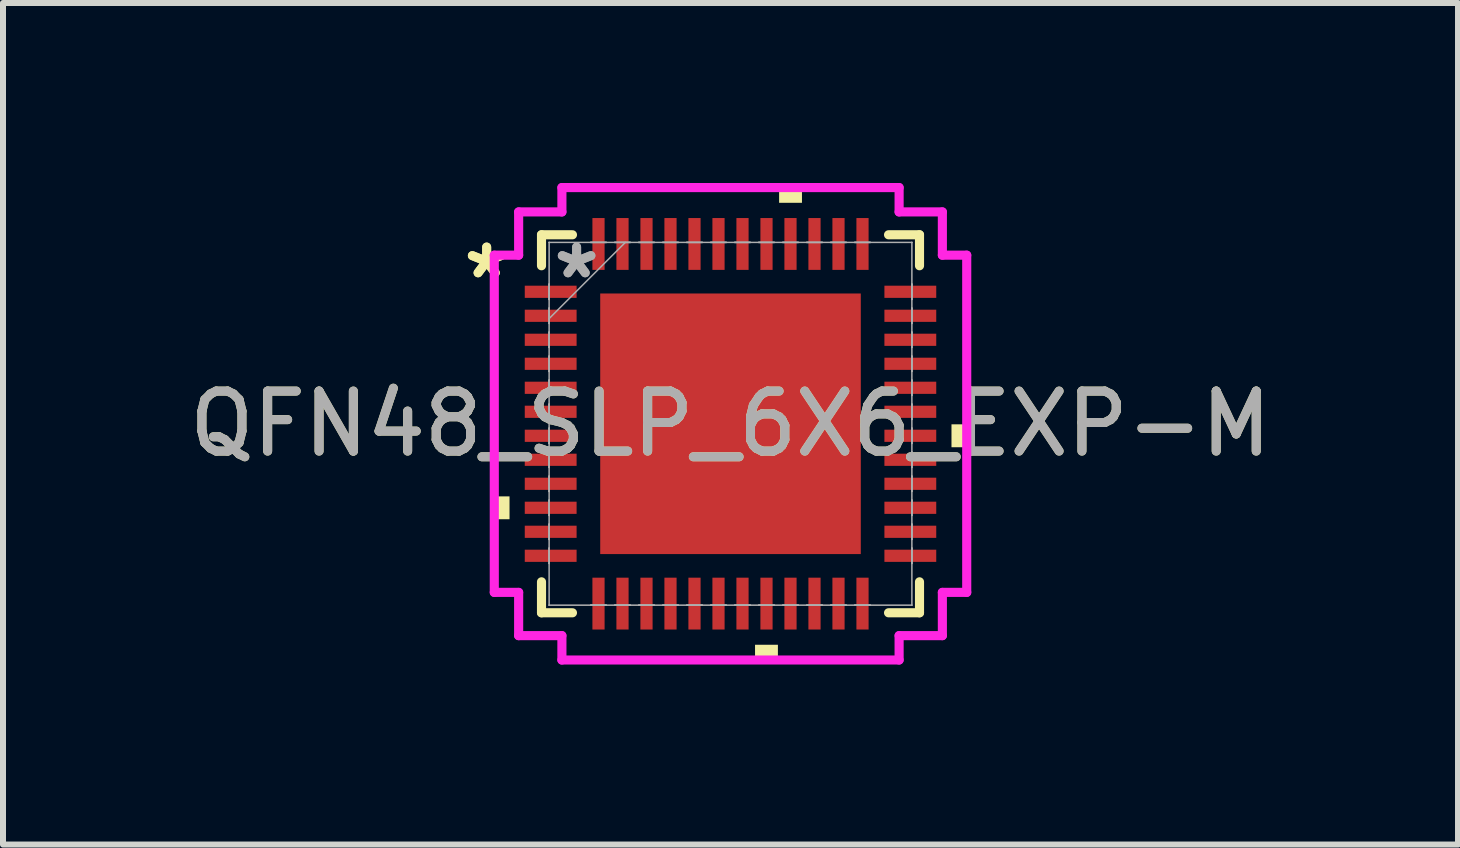
<source format=kicad_pcb>
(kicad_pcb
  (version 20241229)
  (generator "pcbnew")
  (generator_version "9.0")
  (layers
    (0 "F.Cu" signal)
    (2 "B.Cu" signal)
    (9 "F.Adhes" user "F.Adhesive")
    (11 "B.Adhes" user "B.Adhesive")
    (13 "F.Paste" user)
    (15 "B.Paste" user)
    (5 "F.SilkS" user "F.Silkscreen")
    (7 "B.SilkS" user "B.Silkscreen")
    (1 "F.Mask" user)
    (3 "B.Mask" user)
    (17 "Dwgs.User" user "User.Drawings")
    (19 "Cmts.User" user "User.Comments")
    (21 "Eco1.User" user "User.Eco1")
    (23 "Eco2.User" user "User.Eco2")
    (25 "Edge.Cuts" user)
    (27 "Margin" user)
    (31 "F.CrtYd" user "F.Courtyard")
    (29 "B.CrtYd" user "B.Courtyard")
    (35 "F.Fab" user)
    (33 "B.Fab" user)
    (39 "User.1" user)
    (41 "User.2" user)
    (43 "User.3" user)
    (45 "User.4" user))
  (footprint "QFN48_SLP_6X6_EXP-M"
    (layer "F.Cu")
    (at 9.125 4.013)
    (property "Reference" "QFN48_SLP_6X6_EXP-M" (at 0 0 0) (unlocked yes) (layer "F.SilkS") (effects (font (size 1 1) (thickness 0.15))))
    (attr smd)
    (fp_line (start -3.15 -3.15) (end -3.15 -2.634) (stroke (width 0.152) (type solid)) (layer "F.SilkS"))
    (fp_line (start -3.15 2.634) (end -3.15 3.15) (stroke (width 0.152) (type solid)) (layer "F.SilkS"))
    (fp_line (start -3.15 3.15) (end -2.634 3.15) (stroke (width 0.152) (type solid)) (layer "F.SilkS"))
    (fp_line (start -2.634 -3.15) (end -3.15 -3.15) (stroke (width 0.152) (type solid)) (layer "F.SilkS"))
    (fp_line (start 2.634 3.15) (end 3.15 3.15) (stroke (width 0.152) (type solid)) (layer "F.SilkS"))
    (fp_line (start 3.15 -3.15) (end 2.634 -3.15) (stroke (width 0.152) (type solid)) (layer "F.SilkS"))
    (fp_line (start 3.15 -2.634) (end 3.15 -3.15) (stroke (width 0.152) (type solid)) (layer "F.SilkS"))
    (fp_line (start 3.15 3.15) (end 3.15 2.634) (stroke (width 0.152) (type solid)) (layer "F.SilkS"))
    (fp_poly (pts (xy -3.937 1.21) (xy -3.937 1.591) (xy -3.683 1.591) (xy -3.683 1.21)) (stroke (width 0) (type solid)) (fill yes) (layer "F.SilkS"))
    (fp_poly (pts (xy 0.409 3.683) (xy 0.409 3.937) (xy 0.79 3.937) (xy 0.79 3.683)) (stroke (width 0) (type solid)) (fill yes) (layer "F.SilkS"))
    (fp_poly (pts (xy 0.81 -3.683) (xy 0.81 -3.937) (xy 1.191 -3.937) (xy 1.191 -3.683)) (stroke (width 0) (type solid)) (fill yes) (layer "F.SilkS"))
    (fp_poly (pts (xy 3.937 0.009) (xy 3.937 0.391) (xy 3.683 0.391) (xy 3.683 0.009)) (stroke (width 0) (type solid)) (fill yes) (layer "F.SilkS"))
    (fp_poly (pts (xy -2.072 -2.072) (xy -2.072 -0.824) (xy -0.824 -0.824) (xy -0.824 -2.072)) (stroke (width 0) (type solid)) (fill yes) (layer "F.Paste"))
    (fp_poly (pts (xy -2.072 -0.624) (xy -2.072 0.624) (xy -0.824 0.624) (xy -0.824 -0.624)) (stroke (width 0) (type solid)) (fill yes) (layer "F.Paste"))
    (fp_poly (pts (xy -2.072 0.824) (xy -2.072 2.072) (xy -0.824 2.072) (xy -0.824 0.824)) (stroke (width 0) (type solid)) (fill yes) (layer "F.Paste"))
    (fp_poly (pts (xy -0.624 -2.072) (xy -0.624 -0.824) (xy 0.624 -0.824) (xy 0.624 -2.072)) (stroke (width 0) (type solid)) (fill yes) (layer "F.Paste"))
    (fp_poly (pts (xy -0.624 -0.624) (xy -0.624 0.624) (xy 0.624 0.624) (xy 0.624 -0.624)) (stroke (width 0) (type solid)) (fill yes) (layer "F.Paste"))
    (fp_poly (pts (xy -0.624 0.824) (xy -0.624 2.072) (xy 0.624 2.072) (xy 0.624 0.824)) (stroke (width 0) (type solid)) (fill yes) (layer "F.Paste"))
    (fp_poly (pts (xy 0.824 -2.072) (xy 0.824 -0.824) (xy 2.072 -0.824) (xy 2.072 -2.072)) (stroke (width 0) (type solid)) (fill yes) (layer "F.Paste"))
    (fp_poly (pts (xy 0.824 -0.624) (xy 0.824 0.624) (xy 2.072 0.624) (xy 2.072 -0.624)) (stroke (width 0) (type solid)) (fill yes) (layer "F.Paste"))
    (fp_poly (pts (xy 0.824 0.824) (xy 0.824 2.072) (xy 2.072 2.072) (xy 2.072 0.824)) (stroke (width 0) (type solid)) (fill yes) (layer "F.Paste"))
    (fp_line (start -3.937 -2.81) (end -3.531 -2.81) (stroke (width 0.152) (type solid)) (layer "F.CrtYd"))
    (fp_line (start -3.937 2.81) (end -3.937 -2.81) (stroke (width 0.152) (type solid)) (layer "F.CrtYd"))
    (fp_line (start -3.531 -3.531) (end -2.81 -3.531) (stroke (width 0.152) (type solid)) (layer "F.CrtYd"))
    (fp_line (start -3.531 -2.81) (end -3.531 -3.531) (stroke (width 0.152) (type solid)) (layer "F.CrtYd"))
    (fp_line (start -3.531 2.81) (end -3.937 2.81) (stroke (width 0.152) (type solid)) (layer "F.CrtYd"))
    (fp_line (start -3.531 3.531) (end -3.531 2.81) (stroke (width 0.152) (type solid)) (layer "F.CrtYd"))
    (fp_line (start -2.81 -3.937) (end 2.81 -3.937) (stroke (width 0.152) (type solid)) (layer "F.CrtYd"))
    (fp_line (start -2.81 -3.531) (end -2.81 -3.937) (stroke (width 0.152) (type solid)) (layer "F.CrtYd"))
    (fp_line (start -2.81 3.531) (end -3.531 3.531) (stroke (width 0.152) (type solid)) (layer "F.CrtYd"))
    (fp_line (start -2.81 3.937) (end -2.81 3.531) (stroke (width 0.152) (type solid)) (layer "F.CrtYd"))
    (fp_line (start 2.81 -3.937) (end 2.81 -3.531) (stroke (width 0.152) (type solid)) (layer "F.CrtYd"))
    (fp_line (start 2.81 -3.531) (end 3.531 -3.531) (stroke (width 0.152) (type solid)) (layer "F.CrtYd"))
    (fp_line (start 2.81 3.531) (end 2.81 3.937) (stroke (width 0.152) (type solid)) (layer "F.CrtYd"))
    (fp_line (start 2.81 3.937) (end -2.81 3.937) (stroke (width 0.152) (type solid)) (layer "F.CrtYd"))
    (fp_line (start 3.531 -3.531) (end 3.531 -2.81) (stroke (width 0.152) (type solid)) (layer "F.CrtYd"))
    (fp_line (start 3.531 -2.81) (end 3.937 -2.81) (stroke (width 0.152) (type solid)) (layer "F.CrtYd"))
    (fp_line (start 3.531 2.81) (end 3.531 3.531) (stroke (width 0.152) (type solid)) (layer "F.CrtYd"))
    (fp_line (start 3.531 3.531) (end 2.81 3.531) (stroke (width 0.152) (type solid)) (layer "F.CrtYd"))
    (fp_line (start 3.937 -2.81) (end 3.937 2.81) (stroke (width 0.152) (type solid)) (layer "F.CrtYd"))
    (fp_line (start 3.937 2.81) (end 3.531 2.81) (stroke (width 0.152) (type solid)) (layer "F.CrtYd"))
    (fp_line (start -3.023 -3.023) (end -3.023 -3.023) (stroke (width 0.025) (type solid)) (layer "F.Fab"))
    (fp_line (start -3.023 -3.023) (end -3.023 3.023) (stroke (width 0.025) (type solid)) (layer "F.Fab"))
    (fp_line (start -3.023 -2.327) (end -3.023 -2.327) (stroke (width 0.025) (type solid)) (layer "F.Fab"))
    (fp_line (start -3.023 -2.327) (end -3.023 -2.073) (stroke (width 0.025) (type solid)) (layer "F.Fab"))
    (fp_line (start -3.023 -2.073) (end -3.023 -2.327) (stroke (width 0.025) (type solid)) (layer "F.Fab"))
    (fp_line (start -3.023 -2.073) (end -3.023 -2.073) (stroke (width 0.025) (type solid)) (layer "F.Fab"))
    (fp_line (start -3.023 -1.927) (end -3.023 -1.927) (stroke (width 0.025) (type solid)) (layer "F.Fab"))
    (fp_line (start -3.023 -1.927) (end -3.023 -1.673) (stroke (width 0.025) (type solid)) (layer "F.Fab"))
    (fp_line (start -3.023 -1.753) (end -1.753 -3.023) (stroke (width 0.025) (type solid)) (layer "F.Fab"))
    (fp_line (start -3.023 -1.673) (end -3.023 -1.927) (stroke (width 0.025) (type solid)) (layer "F.Fab"))
    (fp_line (start -3.023 -1.673) (end -3.023 -1.673) (stroke (width 0.025) (type solid)) (layer "F.Fab"))
    (fp_line (start -3.023 -1.527) (end -3.023 -1.527) (stroke (width 0.025) (type solid)) (layer "F.Fab"))
    (fp_line (start -3.023 -1.527) (end -3.023 -1.273) (stroke (width 0.025) (type solid)) (layer "F.Fab"))
    (fp_line (start -3.023 -1.273) (end -3.023 -1.527) (stroke (width 0.025) (type solid)) (layer "F.Fab"))
    (fp_line (start -3.023 -1.273) (end -3.023 -1.273) (stroke (width 0.025) (type solid)) (layer "F.Fab"))
    (fp_line (start -3.023 -1.127) (end -3.023 -1.127) (stroke (width 0.025) (type solid)) (layer "F.Fab"))
    (fp_line (start -3.023 -1.127) (end -3.023 -0.873) (stroke (width 0.025) (type solid)) (layer "F.Fab"))
    (fp_line (start -3.023 -0.873) (end -3.023 -1.127) (stroke (width 0.025) (type solid)) (layer "F.Fab"))
    (fp_line (start -3.023 -0.873) (end -3.023 -0.873) (stroke (width 0.025) (type solid)) (layer "F.Fab"))
    (fp_line (start -3.023 -0.727) (end -3.023 -0.727) (stroke (width 0.025) (type solid)) (layer "F.Fab"))
    (fp_line (start -3.023 -0.727) (end -3.023 -0.473) (stroke (width 0.025) (type solid)) (layer "F.Fab"))
    (fp_line (start -3.023 -0.473) (end -3.023 -0.727) (stroke (width 0.025) (type solid)) (layer "F.Fab"))
    (fp_line (start -3.023 -0.473) (end -3.023 -0.473) (stroke (width 0.025) (type solid)) (layer "F.Fab"))
    (fp_line (start -3.023 -0.327) (end -3.023 -0.327) (stroke (width 0.025) (type solid)) (layer "F.Fab"))
    (fp_line (start -3.023 -0.327) (end -3.023 -0.073) (stroke (width 0.025) (type solid)) (layer "F.Fab"))
    (fp_line (start -3.023 -0.073) (end -3.023 -0.327) (stroke (width 0.025) (type solid)) (layer "F.Fab"))
    (fp_line (start -3.023 -0.073) (end -3.023 -0.073) (stroke (width 0.025) (type solid)) (layer "F.Fab"))
    (fp_line (start -3.023 0.073) (end -3.023 0.073) (stroke (width 0.025) (type solid)) (layer "F.Fab"))
    (fp_line (start -3.023 0.073) (end -3.023 0.327) (stroke (width 0.025) (type solid)) (layer "F.Fab"))
    (fp_line (start -3.023 0.327) (end -3.023 0.073) (stroke (width 0.025) (type solid)) (layer "F.Fab"))
    (fp_line (start -3.023 0.327) (end -3.023 0.327) (stroke (width 0.025) (type solid)) (layer "F.Fab"))
    (fp_line (start -3.023 0.473) (end -3.023 0.473) (stroke (width 0.025) (type solid)) (layer "F.Fab"))
    (fp_line (start -3.023 0.473) (end -3.023 0.727) (stroke (width 0.025) (type solid)) (layer "F.Fab"))
    (fp_line (start -3.023 0.727) (end -3.023 0.473) (stroke (width 0.025) (type solid)) (layer "F.Fab"))
    (fp_line (start -3.023 0.727) (end -3.023 0.727) (stroke (width 0.025) (type solid)) (layer "F.Fab"))
    (fp_line (start -3.023 0.873) (end -3.023 0.873) (stroke (width 0.025) (type solid)) (layer "F.Fab"))
    (fp_line (start -3.023 0.873) (end -3.023 1.127) (stroke (width 0.025) (type solid)) (layer "F.Fab"))
    (fp_line (start -3.023 1.127) (end -3.023 0.873) (stroke (width 0.025) (type solid)) (layer "F.Fab"))
    (fp_line (start -3.023 1.127) (end -3.023 1.127) (stroke (width 0.025) (type solid)) (layer "F.Fab"))
    (fp_line (start -3.023 1.273) (end -3.023 1.273) (stroke (width 0.025) (type solid)) (layer "F.Fab"))
    (fp_line (start -3.023 1.273) (end -3.023 1.527) (stroke (width 0.025) (type solid)) (layer "F.Fab"))
    (fp_line (start -3.023 1.527) (end -3.023 1.273) (stroke (width 0.025) (type solid)) (layer "F.Fab"))
    (fp_line (start -3.023 1.527) (end -3.023 1.527) (stroke (width 0.025) (type solid)) (layer "F.Fab"))
    (fp_line (start -3.023 1.673) (end -3.023 1.673) (stroke (width 0.025) (type solid)) (layer "F.Fab"))
    (fp_line (start -3.023 1.673) (end -3.023 1.927) (stroke (width 0.025) (type solid)) (layer "F.Fab"))
    (fp_line (start -3.023 1.927) (end -3.023 1.673) (stroke (width 0.025) (type solid)) (layer "F.Fab"))
    (fp_line (start -3.023 1.927) (end -3.023 1.927) (stroke (width 0.025) (type solid)) (layer "F.Fab"))
    (fp_line (start -3.023 2.073) (end -3.023 2.073) (stroke (width 0.025) (type solid)) (layer "F.Fab"))
    (fp_line (start -3.023 2.073) (end -3.023 2.327) (stroke (width 0.025) (type solid)) (layer "F.Fab"))
    (fp_line (start -3.023 2.327) (end -3.023 2.073) (stroke (width 0.025) (type solid)) (layer "F.Fab"))
    (fp_line (start -3.023 2.327) (end -3.023 2.327) (stroke (width 0.025) (type solid)) (layer "F.Fab"))
    (fp_line (start -3.023 3.023) (end -3.023 3.023) (stroke (width 0.025) (type solid)) (layer "F.Fab"))
    (fp_line (start -3.023 3.023) (end 3.023 3.023) (stroke (width 0.025) (type solid)) (layer "F.Fab"))
    (fp_line (start -2.327 -3.023) (end -2.327 -3.023) (stroke (width 0.025) (type solid)) (layer "F.Fab"))
    (fp_line (start -2.327 -3.023) (end -2.073 -3.023) (stroke (width 0.025) (type solid)) (layer "F.Fab"))
    (fp_line (start -2.327 3.023) (end -2.327 3.023) (stroke (width 0.025) (type solid)) (layer "F.Fab"))
    (fp_line (start -2.327 3.023) (end -2.073 3.023) (stroke (width 0.025) (type solid)) (layer "F.Fab"))
    (fp_line (start -2.073 -3.023) (end -2.327 -3.023) (stroke (width 0.025) (type solid)) (layer "F.Fab"))
    (fp_line (start -2.073 -3.023) (end -2.073 -3.023) (stroke (width 0.025) (type solid)) (layer "F.Fab"))
    (fp_line (start -2.073 3.023) (end -2.327 3.023) (stroke (width 0.025) (type solid)) (layer "F.Fab"))
    (fp_line (start -2.073 3.023) (end -2.073 3.023) (stroke (width 0.025) (type solid)) (layer "F.Fab"))
    (fp_line (start -1.927 -3.023) (end -1.927 -3.023) (stroke (width 0.025) (type solid)) (layer "F.Fab"))
    (fp_line (start -1.927 -3.023) (end -1.673 -3.023) (stroke (width 0.025) (type solid)) (layer "F.Fab"))
    (fp_line (start -1.927 3.023) (end -1.927 3.023) (stroke (width 0.025) (type solid)) (layer "F.Fab"))
    (fp_line (start -1.927 3.023) (end -1.673 3.023) (stroke (width 0.025) (type solid)) (layer "F.Fab"))
    (fp_line (start -1.673 -3.023) (end -1.927 -3.023) (stroke (width 0.025) (type solid)) (layer "F.Fab"))
    (fp_line (start -1.673 -3.023) (end -1.673 -3.023) (stroke (width 0.025) (type solid)) (layer "F.Fab"))
    (fp_line (start -1.673 3.023) (end -1.927 3.023) (stroke (width 0.025) (type solid)) (layer "F.Fab"))
    (fp_line (start -1.673 3.023) (end -1.673 3.023) (stroke (width 0.025) (type solid)) (layer "F.Fab"))
    (fp_line (start -1.527 -3.023) (end -1.527 -3.023) (stroke (width 0.025) (type solid)) (layer "F.Fab"))
    (fp_line (start -1.527 -3.023) (end -1.273 -3.023) (stroke (width 0.025) (type solid)) (layer "F.Fab"))
    (fp_line (start -1.527 3.023) (end -1.527 3.023) (stroke (width 0.025) (type solid)) (layer "F.Fab"))
    (fp_line (start -1.527 3.023) (end -1.273 3.023) (stroke (width 0.025) (type solid)) (layer "F.Fab"))
    (fp_line (start -1.273 -3.023) (end -1.527 -3.023) (stroke (width 0.025) (type solid)) (layer "F.Fab"))
    (fp_line (start -1.273 -3.023) (end -1.273 -3.023) (stroke (width 0.025) (type solid)) (layer "F.Fab"))
    (fp_line (start -1.273 3.023) (end -1.527 3.023) (stroke (width 0.025) (type solid)) (layer "F.Fab"))
    (fp_line (start -1.273 3.023) (end -1.273 3.023) (stroke (width 0.025) (type solid)) (layer "F.Fab"))
    (fp_line (start -1.127 -3.023) (end -1.127 -3.023) (stroke (width 0.025) (type solid)) (layer "F.Fab"))
    (fp_line (start -1.127 -3.023) (end -0.873 -3.023) (stroke (width 0.025) (type solid)) (layer "F.Fab"))
    (fp_line (start -1.127 3.023) (end -1.127 3.023) (stroke (width 0.025) (type solid)) (layer "F.Fab"))
    (fp_line (start -1.127 3.023) (end -0.873 3.023) (stroke (width 0.025) (type solid)) (layer "F.Fab"))
    (fp_line (start -0.873 -3.023) (end -1.127 -3.023) (stroke (width 0.025) (type solid)) (layer "F.Fab"))
    (fp_line (start -0.873 -3.023) (end -0.873 -3.023) (stroke (width 0.025) (type solid)) (layer "F.Fab"))
    (fp_line (start -0.873 3.023) (end -1.127 3.023) (stroke (width 0.025) (type solid)) (layer "F.Fab"))
    (fp_line (start -0.873 3.023) (end -0.873 3.023) (stroke (width 0.025) (type solid)) (layer "F.Fab"))
    (fp_line (start -0.727 -3.023) (end -0.727 -3.023) (stroke (width 0.025) (type solid)) (layer "F.Fab"))
    (fp_line (start -0.727 -3.023) (end -0.473 -3.023) (stroke (width 0.025) (type solid)) (layer "F.Fab"))
    (fp_line (start -0.727 3.023) (end -0.727 3.023) (stroke (width 0.025) (type solid)) (layer "F.Fab"))
    (fp_line (start -0.727 3.023) (end -0.473 3.023) (stroke (width 0.025) (type solid)) (layer "F.Fab"))
    (fp_line (start -0.473 -3.023) (end -0.727 -3.023) (stroke (width 0.025) (type solid)) (layer "F.Fab"))
    (fp_line (start -0.473 -3.023) (end -0.473 -3.023) (stroke (width 0.025) (type solid)) (layer "F.Fab"))
    (fp_line (start -0.473 3.023) (end -0.727 3.023) (stroke (width 0.025) (type solid)) (layer "F.Fab"))
    (fp_line (start -0.473 3.023) (end -0.473 3.023) (stroke (width 0.025) (type solid)) (layer "F.Fab"))
    (fp_line (start -0.327 -3.023) (end -0.327 -3.023) (stroke (width 0.025) (type solid)) (layer "F.Fab"))
    (fp_line (start -0.327 -3.023) (end -0.073 -3.023) (stroke (width 0.025) (type solid)) (layer "F.Fab"))
    (fp_line (start -0.327 3.023) (end -0.327 3.023) (stroke (width 0.025) (type solid)) (layer "F.Fab"))
    (fp_line (start -0.327 3.023) (end -0.073 3.023) (stroke (width 0.025) (type solid)) (layer "F.Fab"))
    (fp_line (start -0.073 -3.023) (end -0.327 -3.023) (stroke (width 0.025) (type solid)) (layer "F.Fab"))
    (fp_line (start -0.073 -3.023) (end -0.073 -3.023) (stroke (width 0.025) (type solid)) (layer "F.Fab"))
    (fp_line (start -0.073 3.023) (end -0.327 3.023) (stroke (width 0.025) (type solid)) (layer "F.Fab"))
    (fp_line (start -0.073 3.023) (end -0.073 3.023) (stroke (width 0.025) (type solid)) (layer "F.Fab"))
    (fp_line (start 0.073 -3.023) (end 0.073 -3.023) (stroke (width 0.025) (type solid)) (layer "F.Fab"))
    (fp_line (start 0.073 -3.023) (end 0.327 -3.023) (stroke (width 0.025) (type solid)) (layer "F.Fab"))
    (fp_line (start 0.073 3.023) (end 0.073 3.023) (stroke (width 0.025) (type solid)) (layer "F.Fab"))
    (fp_line (start 0.073 3.023) (end 0.327 3.023) (stroke (width 0.025) (type solid)) (layer "F.Fab"))
    (fp_line (start 0.327 -3.023) (end 0.073 -3.023) (stroke (width 0.025) (type solid)) (layer "F.Fab"))
    (fp_line (start 0.327 -3.023) (end 0.327 -3.023) (stroke (width 0.025) (type solid)) (layer "F.Fab"))
    (fp_line (start 0.327 3.023) (end 0.073 3.023) (stroke (width 0.025) (type solid)) (layer "F.Fab"))
    (fp_line (start 0.327 3.023) (end 0.327 3.023) (stroke (width 0.025) (type solid)) (layer "F.Fab"))
    (fp_line (start 0.473 -3.023) (end 0.473 -3.023) (stroke (width 0.025) (type solid)) (layer "F.Fab"))
    (fp_line (start 0.473 -3.023) (end 0.727 -3.023) (stroke (width 0.025) (type solid)) (layer "F.Fab"))
    (fp_line (start 0.473 3.023) (end 0.473 3.023) (stroke (width 0.025) (type solid)) (layer "F.Fab"))
    (fp_line (start 0.473 3.023) (end 0.727 3.023) (stroke (width 0.025) (type solid)) (layer "F.Fab"))
    (fp_line (start 0.727 -3.023) (end 0.473 -3.023) (stroke (width 0.025) (type solid)) (layer "F.Fab"))
    (fp_line (start 0.727 -3.023) (end 0.727 -3.023) (stroke (width 0.025) (type solid)) (layer "F.Fab"))
    (fp_line (start 0.727 3.023) (end 0.473 3.023) (stroke (width 0.025) (type solid)) (layer "F.Fab"))
    (fp_line (start 0.727 3.023) (end 0.727 3.023) (stroke (width 0.025) (type solid)) (layer "F.Fab"))
    (fp_line (start 0.873 -3.023) (end 0.873 -3.023) (stroke (width 0.025) (type solid)) (layer "F.Fab"))
    (fp_line (start 0.873 -3.023) (end 1.127 -3.023) (stroke (width 0.025) (type solid)) (layer "F.Fab"))
    (fp_line (start 0.873 3.023) (end 0.873 3.023) (stroke (width 0.025) (type solid)) (layer "F.Fab"))
    (fp_line (start 0.873 3.023) (end 1.127 3.023) (stroke (width 0.025) (type solid)) (layer "F.Fab"))
    (fp_line (start 1.127 -3.023) (end 0.873 -3.023) (stroke (width 0.025) (type solid)) (layer "F.Fab"))
    (fp_line (start 1.127 -3.023) (end 1.127 -3.023) (stroke (width 0.025) (type solid)) (layer "F.Fab"))
    (fp_line (start 1.127 3.023) (end 0.873 3.023) (stroke (width 0.025) (type solid)) (layer "F.Fab"))
    (fp_line (start 1.127 3.023) (end 1.127 3.023) (stroke (width 0.025) (type solid)) (layer "F.Fab"))
    (fp_line (start 1.273 -3.023) (end 1.273 -3.023) (stroke (width 0.025) (type solid)) (layer "F.Fab"))
    (fp_line (start 1.273 -3.023) (end 1.527 -3.023) (stroke (width 0.025) (type solid)) (layer "F.Fab"))
    (fp_line (start 1.273 3.023) (end 1.273 3.023) (stroke (width 0.025) (type solid)) (layer "F.Fab"))
    (fp_line (start 1.273 3.023) (end 1.527 3.023) (stroke (width 0.025) (type solid)) (layer "F.Fab"))
    (fp_line (start 1.527 -3.023) (end 1.273 -3.023) (stroke (width 0.025) (type solid)) (layer "F.Fab"))
    (fp_line (start 1.527 -3.023) (end 1.527 -3.023) (stroke (width 0.025) (type solid)) (layer "F.Fab"))
    (fp_line (start 1.527 3.023) (end 1.273 3.023) (stroke (width 0.025) (type solid)) (layer "F.Fab"))
    (fp_line (start 1.527 3.023) (end 1.527 3.023) (stroke (width 0.025) (type solid)) (layer "F.Fab"))
    (fp_line (start 1.673 -3.023) (end 1.673 -3.023) (stroke (width 0.025) (type solid)) (layer "F.Fab"))
    (fp_line (start 1.673 -3.023) (end 1.927 -3.023) (stroke (width 0.025) (type solid)) (layer "F.Fab"))
    (fp_line (start 1.673 3.023) (end 1.673 3.023) (stroke (width 0.025) (type solid)) (layer "F.Fab"))
    (fp_line (start 1.673 3.023) (end 1.927 3.023) (stroke (width 0.025) (type solid)) (layer "F.Fab"))
    (fp_line (start 1.927 -3.023) (end 1.673 -3.023) (stroke (width 0.025) (type solid)) (layer "F.Fab"))
    (fp_line (start 1.927 -3.023) (end 1.927 -3.023) (stroke (width 0.025) (type solid)) (layer "F.Fab"))
    (fp_line (start 1.927 3.023) (end 1.673 3.023) (stroke (width 0.025) (type solid)) (layer "F.Fab"))
    (fp_line (start 1.927 3.023) (end 1.927 3.023) (stroke (width 0.025) (type solid)) (layer "F.Fab"))
    (fp_line (start 2.073 -3.023) (end 2.073 -3.023) (stroke (width 0.025) (type solid)) (layer "F.Fab"))
    (fp_line (start 2.073 -3.023) (end 2.327 -3.023) (stroke (width 0.025) (type solid)) (layer "F.Fab"))
    (fp_line (start 2.073 3.023) (end 2.073 3.023) (stroke (width 0.025) (type solid)) (layer "F.Fab"))
    (fp_line (start 2.073 3.023) (end 2.327 3.023) (stroke (width 0.025) (type solid)) (layer "F.Fab"))
    (fp_line (start 2.327 -3.023) (end 2.073 -3.023) (stroke (width 0.025) (type solid)) (layer "F.Fab"))
    (fp_line (start 2.327 -3.023) (end 2.327 -3.023) (stroke (width 0.025) (type solid)) (layer "F.Fab"))
    (fp_line (start 2.327 3.023) (end 2.073 3.023) (stroke (width 0.025) (type solid)) (layer "F.Fab"))
    (fp_line (start 2.327 3.023) (end 2.327 3.023) (stroke (width 0.025) (type solid)) (layer "F.Fab"))
    (fp_line (start 3.023 -3.023) (end -3.023 -3.023) (stroke (width 0.025) (type solid)) (layer "F.Fab"))
    (fp_line (start 3.023 -3.023) (end 3.023 -3.023) (stroke (width 0.025) (type solid)) (layer "F.Fab"))
    (fp_line (start 3.023 -2.327) (end 3.023 -2.327) (stroke (width 0.025) (type solid)) (layer "F.Fab"))
    (fp_line (start 3.023 -2.327) (end 3.023 -2.073) (stroke (width 0.025) (type solid)) (layer "F.Fab"))
    (fp_line (start 3.023 -2.073) (end 3.023 -2.327) (stroke (width 0.025) (type solid)) (layer "F.Fab"))
    (fp_line (start 3.023 -2.073) (end 3.023 -2.073) (stroke (width 0.025) (type solid)) (layer "F.Fab"))
    (fp_line (start 3.023 -1.927) (end 3.023 -1.927) (stroke (width 0.025) (type solid)) (layer "F.Fab"))
    (fp_line (start 3.023 -1.927) (end 3.023 -1.673) (stroke (width 0.025) (type solid)) (layer "F.Fab"))
    (fp_line (start 3.023 -1.673) (end 3.023 -1.927) (stroke (width 0.025) (type solid)) (layer "F.Fab"))
    (fp_line (start 3.023 -1.673) (end 3.023 -1.673) (stroke (width 0.025) (type solid)) (layer "F.Fab"))
    (fp_line (start 3.023 -1.527) (end 3.023 -1.527) (stroke (width 0.025) (type solid)) (layer "F.Fab"))
    (fp_line (start 3.023 -1.527) (end 3.023 -1.273) (stroke (width 0.025) (type solid)) (layer "F.Fab"))
    (fp_line (start 3.023 -1.273) (end 3.023 -1.527) (stroke (width 0.025) (type solid)) (layer "F.Fab"))
    (fp_line (start 3.023 -1.273) (end 3.023 -1.273) (stroke (width 0.025) (type solid)) (layer "F.Fab"))
    (fp_line (start 3.023 -1.127) (end 3.023 -1.127) (stroke (width 0.025) (type solid)) (layer "F.Fab"))
    (fp_line (start 3.023 -1.127) (end 3.023 -0.873) (stroke (width 0.025) (type solid)) (layer "F.Fab"))
    (fp_line (start 3.023 -0.873) (end 3.023 -1.127) (stroke (width 0.025) (type solid)) (layer "F.Fab"))
    (fp_line (start 3.023 -0.873) (end 3.023 -0.873) (stroke (width 0.025) (type solid)) (layer "F.Fab"))
    (fp_line (start 3.023 -0.727) (end 3.023 -0.727) (stroke (width 0.025) (type solid)) (layer "F.Fab"))
    (fp_line (start 3.023 -0.727) (end 3.023 -0.473) (stroke (width 0.025) (type solid)) (layer "F.Fab"))
    (fp_line (start 3.023 -0.473) (end 3.023 -0.727) (stroke (width 0.025) (type solid)) (layer "F.Fab"))
    (fp_line (start 3.023 -0.473) (end 3.023 -0.473) (stroke (width 0.025) (type solid)) (layer "F.Fab"))
    (fp_line (start 3.023 -0.327) (end 3.023 -0.327) (stroke (width 0.025) (type solid)) (layer "F.Fab"))
    (fp_line (start 3.023 -0.327) (end 3.023 -0.073) (stroke (width 0.025) (type solid)) (layer "F.Fab"))
    (fp_line (start 3.023 -0.073) (end 3.023 -0.327) (stroke (width 0.025) (type solid)) (layer "F.Fab"))
    (fp_line (start 3.023 -0.073) (end 3.023 -0.073) (stroke (width 0.025) (type solid)) (layer "F.Fab"))
    (fp_line (start 3.023 0.073) (end 3.023 0.073) (stroke (width 0.025) (type solid)) (layer "F.Fab"))
    (fp_line (start 3.023 0.073) (end 3.023 0.327) (stroke (width 0.025) (type solid)) (layer "F.Fab"))
    (fp_line (start 3.023 0.327) (end 3.023 0.073) (stroke (width 0.025) (type solid)) (layer "F.Fab"))
    (fp_line (start 3.023 0.327) (end 3.023 0.327) (stroke (width 0.025) (type solid)) (layer "F.Fab"))
    (fp_line (start 3.023 0.473) (end 3.023 0.473) (stroke (width 0.025) (type solid)) (layer "F.Fab"))
    (fp_line (start 3.023 0.473) (end 3.023 0.727) (stroke (width 0.025) (type solid)) (layer "F.Fab"))
    (fp_line (start 3.023 0.727) (end 3.023 0.473) (stroke (width 0.025) (type solid)) (layer "F.Fab"))
    (fp_line (start 3.023 0.727) (end 3.023 0.727) (stroke (width 0.025) (type solid)) (layer "F.Fab"))
    (fp_line (start 3.023 0.873) (end 3.023 0.873) (stroke (width 0.025) (type solid)) (layer "F.Fab"))
    (fp_line (start 3.023 0.873) (end 3.023 1.127) (stroke (width 0.025) (type solid)) (layer "F.Fab"))
    (fp_line (start 3.023 1.127) (end 3.023 0.873) (stroke (width 0.025) (type solid)) (layer "F.Fab"))
    (fp_line (start 3.023 1.127) (end 3.023 1.127) (stroke (width 0.025) (type solid)) (layer "F.Fab"))
    (fp_line (start 3.023 1.273) (end 3.023 1.273) (stroke (width 0.025) (type solid)) (layer "F.Fab"))
    (fp_line (start 3.023 1.273) (end 3.023 1.527) (stroke (width 0.025) (type solid)) (layer "F.Fab"))
    (fp_line (start 3.023 1.527) (end 3.023 1.273) (stroke (width 0.025) (type solid)) (layer "F.Fab"))
    (fp_line (start 3.023 1.527) (end 3.023 1.527) (stroke (width 0.025) (type solid)) (layer "F.Fab"))
    (fp_line (start 3.023 1.673) (end 3.023 1.673) (stroke (width 0.025) (type solid)) (layer "F.Fab"))
    (fp_line (start 3.023 1.673) (end 3.023 1.927) (stroke (width 0.025) (type solid)) (layer "F.Fab"))
    (fp_line (start 3.023 1.927) (end 3.023 1.673) (stroke (width 0.025) (type solid)) (layer "F.Fab"))
    (fp_line (start 3.023 1.927) (end 3.023 1.927) (stroke (width 0.025) (type solid)) (layer "F.Fab"))
    (fp_line (start 3.023 2.073) (end 3.023 2.073) (stroke (width 0.025) (type solid)) (layer "F.Fab"))
    (fp_line (start 3.023 2.073) (end 3.023 2.327) (stroke (width 0.025) (type solid)) (layer "F.Fab"))
    (fp_line (start 3.023 2.327) (end 3.023 2.073) (stroke (width 0.025) (type solid)) (layer "F.Fab"))
    (fp_line (start 3.023 2.327) (end 3.023 2.327) (stroke (width 0.025) (type solid)) (layer "F.Fab"))
    (fp_line (start 3.023 3.023) (end 3.023 -3.023) (stroke (width 0.025) (type solid)) (layer "F.Fab"))
    (fp_line (start 3.023 3.023) (end 3.023 3.023) (stroke (width 0.025) (type solid)) (layer "F.Fab"))
    (fp_text user "*" (at -4.064 -2.4 0) (layer "F.SilkS") (effects (font (size 1 1) (thickness 0.15))))
    (fp_text user "*" (at -4.064 -2.4 0) (unlocked yes) (layer "F.SilkS") (effects (font (size 1 1) (thickness 0.15))))
    (fp_text user "*" (at -2.565 -2.4 0) (layer "F.Fab") (effects (font (size 1 1) (thickness 0.15))))
    (fp_text user "${REFERENCE}" (at 0 0 0) (unlocked yes) (layer "F.Fab") (effects (font (size 1 1) (thickness 0.15))))
    (fp_text user "*" (at -2.565 -2.4 0) (unlocked yes) (layer "F.Fab") (effects (font (size 1 1) (thickness 0.15))))
    (pad "1" smd rect (at -2.997 -2.2 90) (size 0.203 0.864) (layers "F.Cu" "F.Mask" "F.Paste"))
    (pad "2" smd rect (at -2.997 -1.8 90) (size 0.203 0.864) (layers "F.Cu" "F.Mask" "F.Paste"))
    (pad "3" smd rect (at -2.997 -1.4 90) (size 0.203 0.864) (layers "F.Cu" "F.Mask" "F.Paste"))
    (pad "4" smd rect (at -2.997 -1 90) (size 0.203 0.864) (layers "F.Cu" "F.Mask" "F.Paste"))
    (pad "5" smd rect (at -2.997 -0.6 90) (size 0.203 0.864) (layers "F.Cu" "F.Mask" "F.Paste"))
    (pad "6" smd rect (at -2.997 -0.2 90) (size 0.203 0.864) (layers "F.Cu" "F.Mask" "F.Paste"))
    (pad "7" smd rect (at -2.997 0.2 90) (size 0.203 0.864) (layers "F.Cu" "F.Mask" "F.Paste"))
    (pad "8" smd rect (at -2.997 0.6 90) (size 0.203 0.864) (layers "F.Cu" "F.Mask" "F.Paste"))
    (pad "9" smd rect (at -2.997 1 90) (size 0.203 0.864) (layers "F.Cu" "F.Mask" "F.Paste"))
    (pad "10" smd rect (at -2.997 1.4 90) (size 0.203 0.864) (layers "F.Cu" "F.Mask" "F.Paste"))
    (pad "11" smd rect (at -2.997 1.8 90) (size 0.203 0.864) (layers "F.Cu" "F.Mask" "F.Paste"))
    (pad "12" smd rect (at -2.997 2.2 90) (size 0.203 0.864) (layers "F.Cu" "F.Mask" "F.Paste"))
    (pad "13" smd rect (at -2.2 2.997) (size 0.203 0.864) (layers "F.Cu" "F.Mask" "F.Paste"))
    (pad "14" smd rect (at -1.8 2.997) (size 0.203 0.864) (layers "F.Cu" "F.Mask" "F.Paste"))
    (pad "15" smd rect (at -1.4 2.997) (size 0.203 0.864) (layers "F.Cu" "F.Mask" "F.Paste"))
    (pad "16" smd rect (at -1 2.997) (size 0.203 0.864) (layers "F.Cu" "F.Mask" "F.Paste"))
    (pad "17" smd rect (at -0.6 2.997) (size 0.203 0.864) (layers "F.Cu" "F.Mask" "F.Paste"))
    (pad "18" smd rect (at -0.2 2.997) (size 0.203 0.864) (layers "F.Cu" "F.Mask" "F.Paste"))
    (pad "19" smd rect (at 0.2 2.997) (size 0.203 0.864) (layers "F.Cu" "F.Mask" "F.Paste"))
    (pad "20" smd rect (at 0.6 2.997) (size 0.203 0.864) (layers "F.Cu" "F.Mask" "F.Paste"))
    (pad "21" smd rect (at 1 2.997) (size 0.203 0.864) (layers "F.Cu" "F.Mask" "F.Paste"))
    (pad "22" smd rect (at 1.4 2.997) (size 0.203 0.864) (layers "F.Cu" "F.Mask" "F.Paste"))
    (pad "23" smd rect (at 1.8 2.997) (size 0.203 0.864) (layers "F.Cu" "F.Mask" "F.Paste"))
    (pad "24" smd rect (at 2.2 2.997) (size 0.203 0.864) (layers "F.Cu" "F.Mask" "F.Paste"))
    (pad "25" smd rect (at 2.997 2.2 90) (size 0.203 0.864) (layers "F.Cu" "F.Mask" "F.Paste"))
    (pad "26" smd rect (at 2.997 1.8 90) (size 0.203 0.864) (layers "F.Cu" "F.Mask" "F.Paste"))
    (pad "27" smd rect (at 2.997 1.4 90) (size 0.203 0.864) (layers "F.Cu" "F.Mask" "F.Paste"))
    (pad "28" smd rect (at 2.997 1 90) (size 0.203 0.864) (layers "F.Cu" "F.Mask" "F.Paste"))
    (pad "29" smd rect (at 2.997 0.6 90) (size 0.203 0.864) (layers "F.Cu" "F.Mask" "F.Paste"))
    (pad "30" smd rect (at 2.997 0.2 90) (size 0.203 0.864) (layers "F.Cu" "F.Mask" "F.Paste"))
    (pad "31" smd rect (at 2.997 -0.2 90) (size 0.203 0.864) (layers "F.Cu" "F.Mask" "F.Paste"))
    (pad "32" smd rect (at 2.997 -0.6 90) (size 0.203 0.864) (layers "F.Cu" "F.Mask" "F.Paste"))
    (pad "33" smd rect (at 2.997 -1 90) (size 0.203 0.864) (layers "F.Cu" "F.Mask" "F.Paste"))
    (pad "34" smd rect (at 2.997 -1.4 90) (size 0.203 0.864) (layers "F.Cu" "F.Mask" "F.Paste"))
    (pad "35" smd rect (at 2.997 -1.8 90) (size 0.203 0.864) (layers "F.Cu" "F.Mask" "F.Paste"))
    (pad "36" smd rect (at 2.997 -2.2 90) (size 0.203 0.864) (layers "F.Cu" "F.Mask" "F.Paste"))
    (pad "37" smd rect (at 2.2 -2.997) (size 0.203 0.864) (layers "F.Cu" "F.Mask" "F.Paste"))
    (pad "38" smd rect (at 1.8 -2.997) (size 0.203 0.864) (layers "F.Cu" "F.Mask" "F.Paste"))
    (pad "39" smd rect (at 1.4 -2.997) (size 0.203 0.864) (layers "F.Cu" "F.Mask" "F.Paste"))
    (pad "40" smd rect (at 1 -2.997) (size 0.203 0.864) (layers "F.Cu" "F.Mask" "F.Paste"))
    (pad "41" smd rect (at 0.6 -2.997) (size 0.203 0.864) (layers "F.Cu" "F.Mask" "F.Paste"))
    (pad "42" smd rect (at 0.2 -2.997) (size 0.203 0.864) (layers "F.Cu" "F.Mask" "F.Paste"))
    (pad "43" smd rect (at -0.2 -2.997) (size 0.203 0.864) (layers "F.Cu" "F.Mask" "F.Paste"))
    (pad "44" smd rect (at -0.6 -2.997) (size 0.203 0.864) (layers "F.Cu" "F.Mask" "F.Paste"))
    (pad "45" smd rect (at -1 -2.997) (size 0.203 0.864) (layers "F.Cu" "F.Mask" "F.Paste"))
    (pad "46" smd rect (at -1.4 -2.997) (size 0.203 0.864) (layers "F.Cu" "F.Mask" "F.Paste"))
    (pad "47" smd rect (at -1.8 -2.997) (size 0.203 0.864) (layers "F.Cu" "F.Mask" "F.Paste"))
    (pad "48" smd rect (at -2.2 -2.997) (size 0.203 0.864) (layers "F.Cu" "F.Mask" "F.Paste"))
    (pad "49" smd rect (at 0 0) (size 4.343 4.343) (layers "F.Cu" "F.Mask")))
  (gr_rect
    (start -3 -3)
    (end 21.25 11.026)
    (stroke (width 0.1) (type default))
    (fill no)
    (layer "Edge.Cuts")))
</source>
